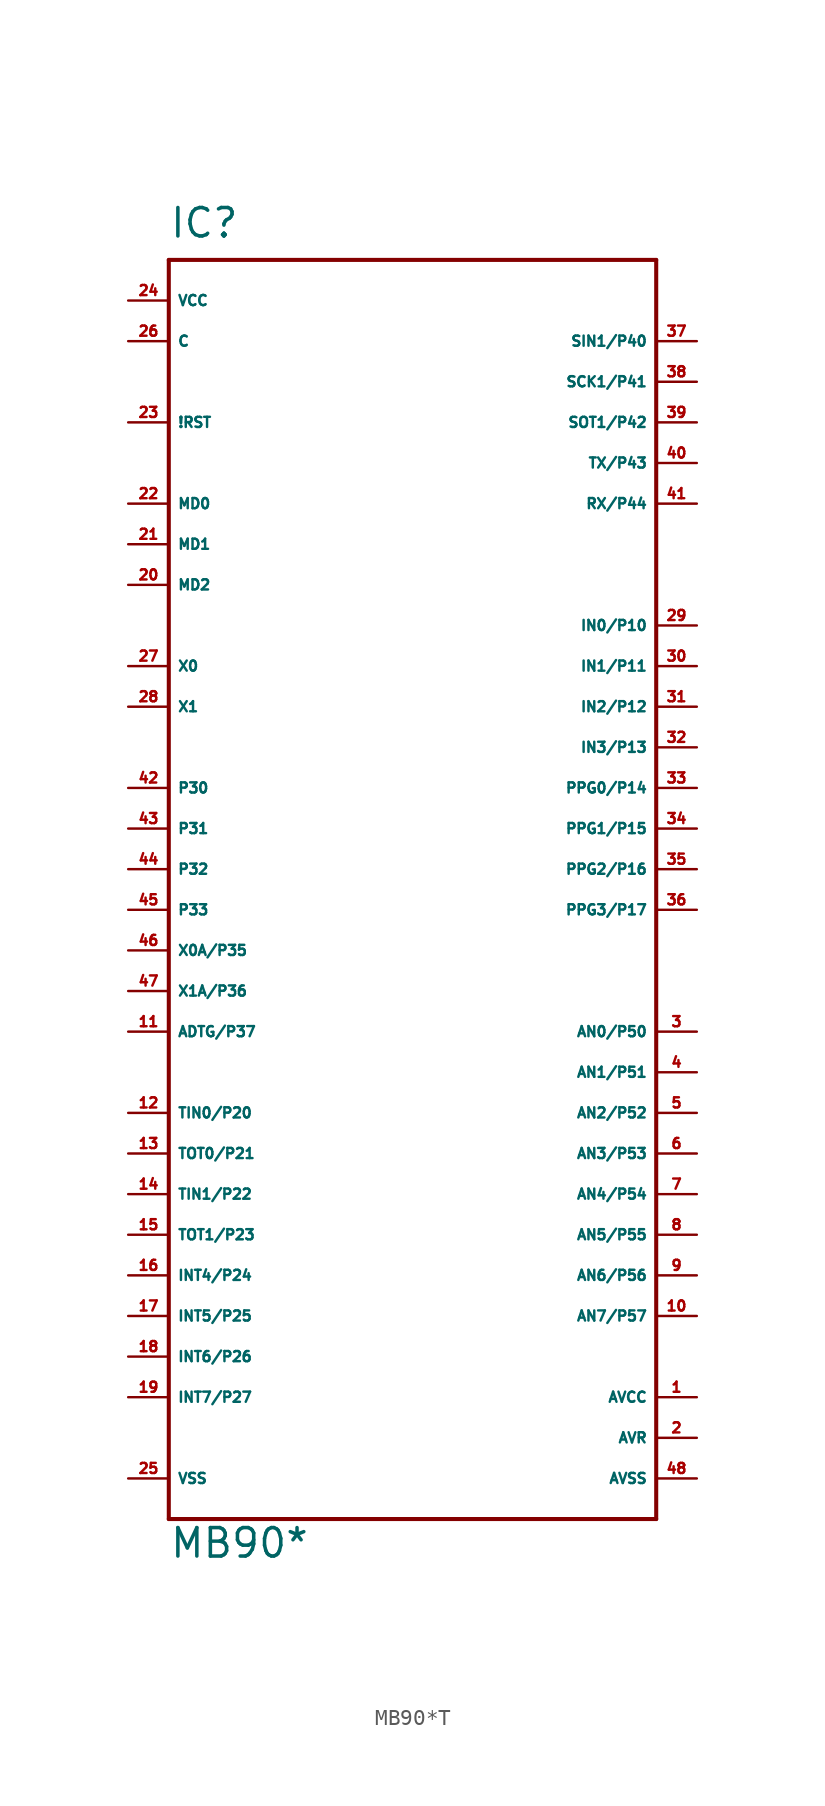
<source format=kicad_sym>
(kicad_symbol_lib
  (version 20220914)
  (generator Eagle2Kicad)
  (symbol "MB90*T"
    (property "Reference" "IC"
      (at -15.24 39.37 0)
      (effects (font (size 1.778 1.778) (thickness 0.22)) (justify left bottom)))
    (property "Value" "MB90*"
      (at -15.24 -43.18 0)
      (effects (font (size 1.778 1.778) (thickness 0.22)) (justify left bottom)))
    (polyline
      (pts (xy -15.24 38.1) (xy 15.24 38.1))
      (stroke (width 0.254) (type default))
      (fill (type none)))
    (polyline
      (pts (xy 15.24 38.1) (xy 15.24 -40.64))
      (stroke (width 0.254) (type default))
      (fill (type none)))
    (polyline
      (pts (xy 15.24 -40.64) (xy -15.24 -40.64))
      (stroke (width 0.254) (type default))
      (fill (type none)))
    (polyline
      (pts (xy -15.24 -40.64) (xy -15.24 38.1))
      (stroke (width 0.254) (type default))
      (fill (type none)))
    (pin unspecified line
      (at 17.78 -33.02 180)
      (length 2.54)
      (name "AVCC" (effects (font (size 0.635 0.635) (thickness 0.08)) (justify left bottom)))
      (number "1" (effects (font (size 0.635 0.635) (thickness 0.08)) (justify left bottom))))
    (pin input line
      (at 17.78 -35.56 180)
      (length 2.54)
      (name "AVR" (effects (font (size 0.635 0.635) (thickness 0.08)) (justify left bottom)))
      (number "2" (effects (font (size 0.635 0.635) (thickness 0.08)) (justify left bottom))))
    (pin input line
      (at 17.78 -10.16 180)
      (length 2.54)
      (name "AN0/P50" (effects (font (size 0.635 0.635) (thickness 0.08)) (justify left bottom)))
      (number "3" (effects (font (size 0.635 0.635) (thickness 0.08)) (justify left bottom))))
    (pin input line
      (at 17.78 -12.7 180)
      (length 2.54)
      (name "AN1/P51" (effects (font (size 0.635 0.635) (thickness 0.08)) (justify left bottom)))
      (number "4" (effects (font (size 0.635 0.635) (thickness 0.08)) (justify left bottom))))
    (pin input line
      (at 17.78 -15.24 180)
      (length 2.54)
      (name "AN2/P52" (effects (font (size 0.635 0.635) (thickness 0.08)) (justify left bottom)))
      (number "5" (effects (font (size 0.635 0.635) (thickness 0.08)) (justify left bottom))))
    (pin input line
      (at 17.78 -17.78 180)
      (length 2.54)
      (name "AN3/P53" (effects (font (size 0.635 0.635) (thickness 0.08)) (justify left bottom)))
      (number "6" (effects (font (size 0.635 0.635) (thickness 0.08)) (justify left bottom))))
    (pin input line
      (at 17.78 -20.32 180)
      (length 2.54)
      (name "AN4/P54" (effects (font (size 0.635 0.635) (thickness 0.08)) (justify left bottom)))
      (number "7" (effects (font (size 0.635 0.635) (thickness 0.08)) (justify left bottom))))
    (pin input line
      (at 17.78 -22.86 180)
      (length 2.54)
      (name "AN5/P55" (effects (font (size 0.635 0.635) (thickness 0.08)) (justify left bottom)))
      (number "8" (effects (font (size 0.635 0.635) (thickness 0.08)) (justify left bottom))))
    (pin input line
      (at 17.78 -25.4 180)
      (length 2.54)
      (name "AN6/P56" (effects (font (size 0.635 0.635) (thickness 0.08)) (justify left bottom)))
      (number "9" (effects (font (size 0.635 0.635) (thickness 0.08)) (justify left bottom))))
    (pin input line
      (at 17.78 -27.94 180)
      (length 2.54)
      (name "AN7/P57" (effects (font (size 0.635 0.635) (thickness 0.08)) (justify left bottom)))
      (number "10" (effects (font (size 0.635 0.635) (thickness 0.08)) (justify left bottom))))
    (pin bidirectional line
      (at -17.78 -10.16 0)
      (length 2.54)
      (name "ADTG/P37" (effects (font (size 0.635 0.635) (thickness 0.08)) (justify left bottom)))
      (number "11" (effects (font (size 0.635 0.635) (thickness 0.08)) (justify left bottom))))
    (pin bidirectional line
      (at -17.78 -15.24 0)
      (length 2.54)
      (name "TIN0/P20" (effects (font (size 0.635 0.635) (thickness 0.08)) (justify left bottom)))
      (number "12" (effects (font (size 0.635 0.635) (thickness 0.08)) (justify left bottom))))
    (pin bidirectional line
      (at -17.78 -17.78 0)
      (length 2.54)
      (name "TOT0/P21" (effects (font (size 0.635 0.635) (thickness 0.08)) (justify left bottom)))
      (number "13" (effects (font (size 0.635 0.635) (thickness 0.08)) (justify left bottom))))
    (pin bidirectional line
      (at -17.78 -20.32 0)
      (length 2.54)
      (name "TIN1/P22" (effects (font (size 0.635 0.635) (thickness 0.08)) (justify left bottom)))
      (number "14" (effects (font (size 0.635 0.635) (thickness 0.08)) (justify left bottom))))
    (pin bidirectional line
      (at -17.78 -25.4 0)
      (length 2.54)
      (name "INT4/P24" (effects (font (size 0.635 0.635) (thickness 0.08)) (justify left bottom)))
      (number "16" (effects (font (size 0.635 0.635) (thickness 0.08)) (justify left bottom))))
    (pin bidirectional line
      (at -17.78 -27.94 0)
      (length 2.54)
      (name "INT5/P25" (effects (font (size 0.635 0.635) (thickness 0.08)) (justify left bottom)))
      (number "17" (effects (font (size 0.635 0.635) (thickness 0.08)) (justify left bottom))))
    (pin bidirectional line
      (at -17.78 -30.48 0)
      (length 2.54)
      (name "INT6/P26" (effects (font (size 0.635 0.635) (thickness 0.08)) (justify left bottom)))
      (number "18" (effects (font (size 0.635 0.635) (thickness 0.08)) (justify left bottom))))
    (pin bidirectional line
      (at -17.78 -33.02 0)
      (length 2.54)
      (name "INT7/P27" (effects (font (size 0.635 0.635) (thickness 0.08)) (justify left bottom)))
      (number "19" (effects (font (size 0.635 0.635) (thickness 0.08)) (justify left bottom))))
    (pin input line
      (at -17.78 17.78 0)
      (length 2.54)
      (name "MD2" (effects (font (size 0.635 0.635) (thickness 0.08)) (justify left bottom)))
      (number "20" (effects (font (size 0.635 0.635) (thickness 0.08)) (justify left bottom))))
    (pin input line
      (at -17.78 20.32 0)
      (length 2.54)
      (name "MD1" (effects (font (size 0.635 0.635) (thickness 0.08)) (justify left bottom)))
      (number "21" (effects (font (size 0.635 0.635) (thickness 0.08)) (justify left bottom))))
    (pin input line
      (at -17.78 22.86 0)
      (length 2.54)
      (name "MD0" (effects (font (size 0.635 0.635) (thickness 0.08)) (justify left bottom)))
      (number "22" (effects (font (size 0.635 0.635) (thickness 0.08)) (justify left bottom))))
    (pin input line
      (at -17.78 27.94 0)
      (length 2.54)
      (name "!RST" (effects (font (size 0.635 0.635) (thickness 0.08)) (justify left bottom)))
      (number "23" (effects (font (size 0.635 0.635) (thickness 0.08)) (justify left bottom))))
    (pin unspecified line
      (at -17.78 35.56 0)
      (length 2.54)
      (name "VCC" (effects (font (size 0.635 0.635) (thickness 0.08)) (justify left bottom)))
      (number "24" (effects (font (size 0.635 0.635) (thickness 0.08)) (justify left bottom))))
    (pin unspecified line
      (at -17.78 -38.1 0)
      (length 2.54)
      (name "VSS" (effects (font (size 0.635 0.635) (thickness 0.08)) (justify left bottom)))
      (number "25" (effects (font (size 0.635 0.635) (thickness 0.08)) (justify left bottom))))
    (pin input line
      (at -17.78 33.02 0)
      (length 2.54)
      (name "C" (effects (font (size 0.635 0.635) (thickness 0.08)) (justify left bottom)))
      (number "26" (effects (font (size 0.635 0.635) (thickness 0.08)) (justify left bottom))))
    (pin bidirectional line
      (at -17.78 12.7 0)
      (length 2.54)
      (name "X0" (effects (font (size 0.635 0.635) (thickness 0.08)) (justify left bottom)))
      (number "27" (effects (font (size 0.635 0.635) (thickness 0.08)) (justify left bottom))))
    (pin bidirectional line
      (at -17.78 10.16 0)
      (length 2.54)
      (name "X1" (effects (font (size 0.635 0.635) (thickness 0.08)) (justify left bottom)))
      (number "28" (effects (font (size 0.635 0.635) (thickness 0.08)) (justify left bottom))))
    (pin bidirectional line
      (at 17.78 15.24 180)
      (length 2.54)
      (name "IN0/P10" (effects (font (size 0.635 0.635) (thickness 0.08)) (justify left bottom)))
      (number "29" (effects (font (size 0.635 0.635) (thickness 0.08)) (justify left bottom))))
    (pin bidirectional line
      (at 17.78 12.7 180)
      (length 2.54)
      (name "IN1/P11" (effects (font (size 0.635 0.635) (thickness 0.08)) (justify left bottom)))
      (number "30" (effects (font (size 0.635 0.635) (thickness 0.08)) (justify left bottom))))
    (pin bidirectional line
      (at 17.78 10.16 180)
      (length 2.54)
      (name "IN2/P12" (effects (font (size 0.635 0.635) (thickness 0.08)) (justify left bottom)))
      (number "31" (effects (font (size 0.635 0.635) (thickness 0.08)) (justify left bottom))))
    (pin bidirectional line
      (at 17.78 7.62 180)
      (length 2.54)
      (name "IN3/P13" (effects (font (size 0.635 0.635) (thickness 0.08)) (justify left bottom)))
      (number "32" (effects (font (size 0.635 0.635) (thickness 0.08)) (justify left bottom))))
    (pin bidirectional line
      (at 17.78 5.08 180)
      (length 2.54)
      (name "PPG0/P14" (effects (font (size 0.635 0.635) (thickness 0.08)) (justify left bottom)))
      (number "33" (effects (font (size 0.635 0.635) (thickness 0.08)) (justify left bottom))))
    (pin bidirectional line
      (at 17.78 2.54 180)
      (length 2.54)
      (name "PPG1/P15" (effects (font (size 0.635 0.635) (thickness 0.08)) (justify left bottom)))
      (number "34" (effects (font (size 0.635 0.635) (thickness 0.08)) (justify left bottom))))
    (pin bidirectional line
      (at 17.78 0 180)
      (length 2.54)
      (name "PPG2/P16" (effects (font (size 0.635 0.635) (thickness 0.08)) (justify left bottom)))
      (number "35" (effects (font (size 0.635 0.635) (thickness 0.08)) (justify left bottom))))
    (pin bidirectional line
      (at 17.78 -2.54 180)
      (length 2.54)
      (name "PPG3/P17" (effects (font (size 0.635 0.635) (thickness 0.08)) (justify left bottom)))
      (number "36" (effects (font (size 0.635 0.635) (thickness 0.08)) (justify left bottom))))
    (pin bidirectional line
      (at 17.78 33.02 180)
      (length 2.54)
      (name "SIN1/P40" (effects (font (size 0.635 0.635) (thickness 0.08)) (justify left bottom)))
      (number "37" (effects (font (size 0.635 0.635) (thickness 0.08)) (justify left bottom))))
    (pin bidirectional line
      (at 17.78 30.48 180)
      (length 2.54)
      (name "SCK1/P41" (effects (font (size 0.635 0.635) (thickness 0.08)) (justify left bottom)))
      (number "38" (effects (font (size 0.635 0.635) (thickness 0.08)) (justify left bottom))))
    (pin bidirectional line
      (at 17.78 27.94 180)
      (length 2.54)
      (name "SOT1/P42" (effects (font (size 0.635 0.635) (thickness 0.08)) (justify left bottom)))
      (number "39" (effects (font (size 0.635 0.635) (thickness 0.08)) (justify left bottom))))
    (pin bidirectional line
      (at 17.78 25.4 180)
      (length 2.54)
      (name "TX/P43" (effects (font (size 0.635 0.635) (thickness 0.08)) (justify left bottom)))
      (number "40" (effects (font (size 0.635 0.635) (thickness 0.08)) (justify left bottom))))
    (pin bidirectional line
      (at 17.78 22.86 180)
      (length 2.54)
      (name "RX/P44" (effects (font (size 0.635 0.635) (thickness 0.08)) (justify left bottom)))
      (number "41" (effects (font (size 0.635 0.635) (thickness 0.08)) (justify left bottom))))
    (pin bidirectional line
      (at -17.78 5.08 0)
      (length 2.54)
      (name "P30" (effects (font (size 0.635 0.635) (thickness 0.08)) (justify left bottom)))
      (number "42" (effects (font (size 0.635 0.635) (thickness 0.08)) (justify left bottom))))
    (pin bidirectional line
      (at -17.78 2.54 0)
      (length 2.54)
      (name "P31" (effects (font (size 0.635 0.635) (thickness 0.08)) (justify left bottom)))
      (number "43" (effects (font (size 0.635 0.635) (thickness 0.08)) (justify left bottom))))
    (pin bidirectional line
      (at -17.78 0 0)
      (length 2.54)
      (name "P32" (effects (font (size 0.635 0.635) (thickness 0.08)) (justify left bottom)))
      (number "44" (effects (font (size 0.635 0.635) (thickness 0.08)) (justify left bottom))))
    (pin bidirectional line
      (at -17.78 -2.54 0)
      (length 2.54)
      (name "P33" (effects (font (size 0.635 0.635) (thickness 0.08)) (justify left bottom)))
      (number "45" (effects (font (size 0.635 0.635) (thickness 0.08)) (justify left bottom))))
    (pin bidirectional line
      (at -17.78 -5.08 0)
      (length 2.54)
      (name "X0A/P35" (effects (font (size 0.635 0.635) (thickness 0.08)) (justify left bottom)))
      (number "46" (effects (font (size 0.635 0.635) (thickness 0.08)) (justify left bottom))))
    (pin bidirectional line
      (at -17.78 -7.62 0)
      (length 2.54)
      (name "X1A/P36" (effects (font (size 0.635 0.635) (thickness 0.08)) (justify left bottom)))
      (number "47" (effects (font (size 0.635 0.635) (thickness 0.08)) (justify left bottom))))
    (pin unspecified line
      (at 17.78 -38.1 180)
      (length 2.54)
      (name "AVSS" (effects (font (size 0.635 0.635) (thickness 0.08)) (justify left bottom)))
      (number "48" (effects (font (size 0.635 0.635) (thickness 0.08)) (justify left bottom))))
    (pin bidirectional line
      (at -17.78 -22.86 0)
      (length 2.54)
      (name "TOT1/P23" (effects (font (size 0.635 0.635) (thickness 0.08)) (justify left bottom)))
      (number "15" (effects (font (size 0.635 0.635) (thickness 0.08)) (justify left bottom))))))
</source>
